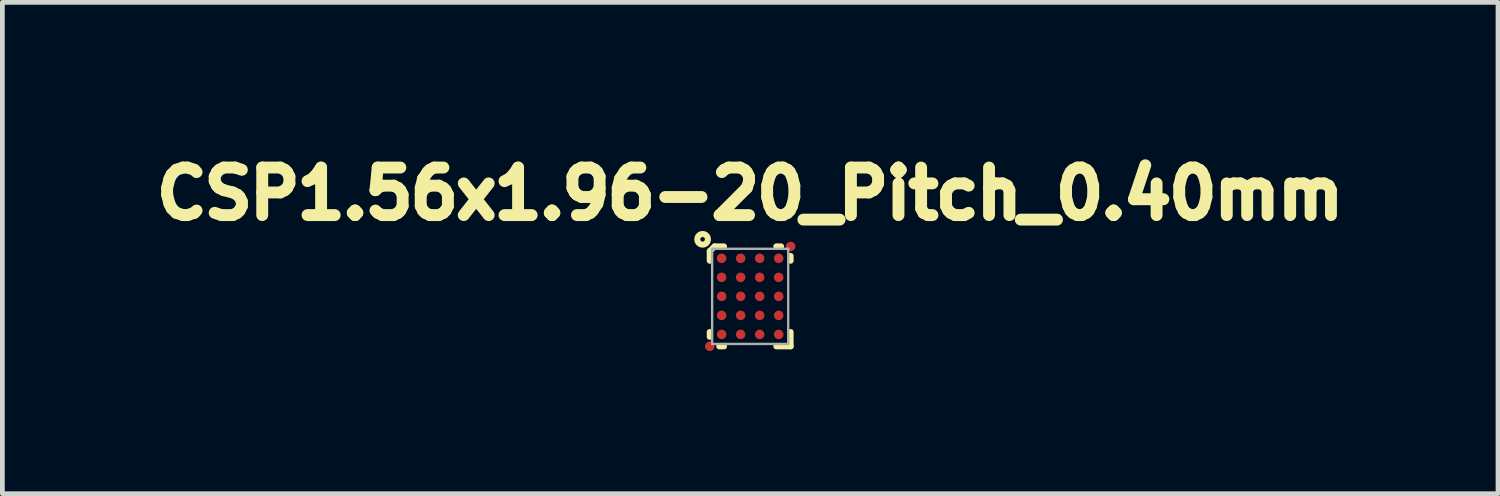
<source format=kicad_pcb>
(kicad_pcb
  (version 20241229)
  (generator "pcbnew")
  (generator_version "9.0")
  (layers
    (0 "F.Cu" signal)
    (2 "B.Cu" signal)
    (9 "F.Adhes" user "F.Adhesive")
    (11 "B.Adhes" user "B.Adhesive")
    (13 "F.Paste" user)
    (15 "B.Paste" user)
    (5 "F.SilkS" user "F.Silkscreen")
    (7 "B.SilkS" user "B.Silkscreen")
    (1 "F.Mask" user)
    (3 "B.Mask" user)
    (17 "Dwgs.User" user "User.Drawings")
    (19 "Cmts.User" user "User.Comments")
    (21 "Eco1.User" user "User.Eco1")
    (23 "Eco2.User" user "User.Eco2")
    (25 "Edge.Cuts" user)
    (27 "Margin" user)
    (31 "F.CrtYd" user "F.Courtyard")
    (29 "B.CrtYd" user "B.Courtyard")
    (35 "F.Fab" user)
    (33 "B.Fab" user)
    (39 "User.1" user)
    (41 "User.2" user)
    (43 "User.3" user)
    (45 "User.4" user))
  (footprint "CSP1.56x1.96-20_Pitch_0.40mm"
    (layer "F.Cu")
    (at 12.727 3.183)
    (property "Reference" "CSP1.56x1.96-20_Pitch_0.40mm" (at 0 -2.159 0) (layer "F.SilkS") (effects (font (size 1 1) (thickness 0.25))))
    (attr smd)
    (fp_line (start -0.85 -0.75) (end -0.85 -0.95) (stroke (width 0.127) (type solid)) (layer "F.SilkS"))
    (fp_line (start -0.85 0.75) (end -0.85 0.85) (stroke (width 0.127) (type solid)) (layer "F.SilkS"))
    (fp_line (start -0.75 -1.05) (end -0.85 -0.95) (stroke (width 0.127) (type solid)) (layer "F.SilkS"))
    (fp_line (start -0.75 -1.05) (end -0.55 -1.05) (stroke (width 0.127) (type solid)) (layer "F.SilkS"))
    (fp_line (start -0.55 1.05) (end -0.65 1.05) (stroke (width 0.127) (type solid)) (layer "F.SilkS"))
    (fp_line (start 0.55 -1.05) (end 0.65 -1.05) (stroke (width 0.127) (type solid)) (layer "F.SilkS"))
    (fp_line (start 0.55 1.05) (end 0.85 1.05) (stroke (width 0.127) (type solid)) (layer "F.SilkS"))
    (fp_line (start 0.85 -0.75) (end 0.85 -0.85) (stroke (width 0.127) (type solid)) (layer "F.SilkS"))
    (fp_line (start 0.85 1.05) (end 0.85 0.75) (stroke (width 0.127) (type solid)) (layer "F.SilkS"))
    (fp_circle (center -1 -1.2) (end -1.1 -1.15) (stroke (width 0.127) (type solid)) (fill no) (layer "F.SilkS"))
    (fp_line (start -0.8 -1) (end 0.8 -1) (stroke (width 0.05) (type solid)) (layer "F.Fab"))
    (fp_line (start -0.8 1) (end -0.8 -1) (stroke (width 0.05) (type solid)) (layer "F.Fab"))
    (fp_line (start 0.8 -1) (end 0.8 1) (stroke (width 0.05) (type solid)) (layer "F.Fab"))
    (fp_line (start 0.8 1) (end -0.8 1) (stroke (width 0.05) (type solid)) (layer "F.Fab"))
    (pad "A1" smd circle (at -0.6 -0.8) (size 0.2 0.2) (layers "F.Cu" "F.Mask" "F.Paste"))
    (pad "A2" smd circle (at -0.2 -0.8) (size 0.2 0.2) (layers "F.Cu" "F.Mask" "F.Paste"))
    (pad "A3" smd circle (at 0.2 -0.8) (size 0.2 0.2) (layers "F.Cu" "F.Mask" "F.Paste"))
    (pad "A4" smd circle (at 0.6 -0.8) (size 0.2 0.2) (layers "F.Cu" "F.Mask" "F.Paste"))
    (pad "B1" smd circle (at -0.6 -0.4) (size 0.2 0.2) (layers "F.Cu" "F.Mask" "F.Paste"))
    (pad "B2" smd circle (at -0.2 -0.4) (size 0.2 0.2) (layers "F.Cu" "F.Mask" "F.Paste"))
    (pad "B3" smd circle (at 0.2 -0.4) (size 0.2 0.2) (layers "F.Cu" "F.Mask" "F.Paste"))
    (pad "B4" smd circle (at 0.6 -0.4) (size 0.2 0.2) (layers "F.Cu" "F.Mask" "F.Paste"))
    (pad "C1" smd circle (at -0.6 0) (size 0.2 0.2) (layers "F.Cu" "F.Mask" "F.Paste"))
    (pad "C2" smd circle (at -0.2 0) (size 0.2 0.2) (layers "F.Cu" "F.Mask" "F.Paste"))
    (pad "C3" smd circle (at 0.2 0) (size 0.2 0.2) (layers "F.Cu" "F.Mask" "F.Paste"))
    (pad "C4" smd circle (at 0.6 0) (size 0.2 0.2) (layers "F.Cu" "F.Mask" "F.Paste"))
    (pad "D1" smd circle (at -0.6 0.4) (size 0.2 0.2) (layers "F.Cu" "F.Mask" "F.Paste"))
    (pad "D2" smd circle (at -0.2 0.4) (size 0.2 0.2) (layers "F.Cu" "F.Mask" "F.Paste"))
    (pad "D3" smd circle (at 0.2 0.4) (size 0.2 0.2) (layers "F.Cu" "F.Mask" "F.Paste"))
    (pad "D4" smd circle (at 0.6 0.4) (size 0.2 0.2) (layers "F.Cu" "F.Mask" "F.Paste"))
    (pad "E1" smd circle (at -0.6 0.8) (size 0.2 0.2) (layers "F.Cu" "F.Mask" "F.Paste"))
    (pad "E2" smd circle (at -0.2 0.8) (size 0.2 0.2) (layers "F.Cu" "F.Mask" "F.Paste"))
    (pad "E3" smd circle (at 0.2 0.8) (size 0.2 0.2) (layers "F.Cu" "F.Mask" "F.Paste"))
    (pad "E4" smd circle (at 0.6 0.8) (size 0.2 0.2) (layers "F.Cu" "F.Mask" "F.Paste"))
    (pad "Fid1" smd circle (at 0.85 -1.05) (size 0.2 0.2) (layers "F.Cu" "F.Mask"))
    (pad "Fid2" smd circle (at -0.85 1.05) (size 0.2 0.2) (layers "F.Cu" "F.Mask")))
  (gr_rect
    (start -3 -3)
    (end 28.455 7.333)
    (stroke (width 0.1) (type default))
    (fill no)
    (layer "Edge.Cuts")))
</source>
